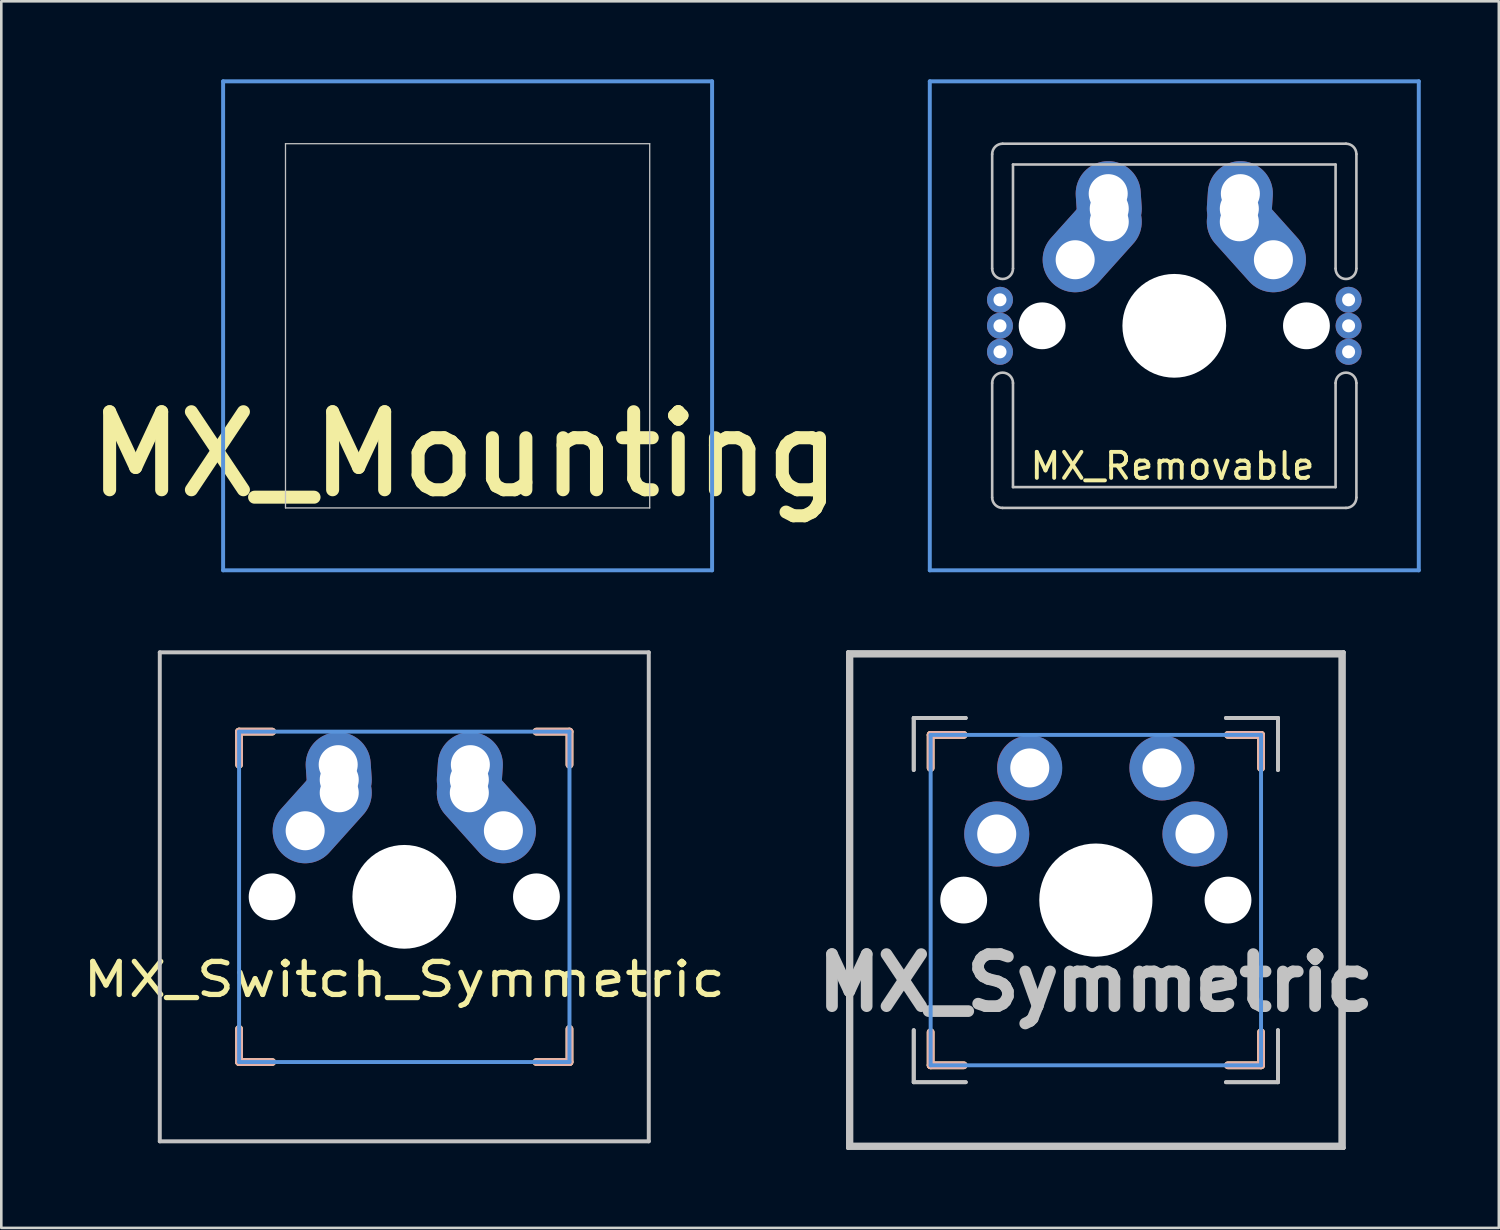
<source format=kicad_pcb>
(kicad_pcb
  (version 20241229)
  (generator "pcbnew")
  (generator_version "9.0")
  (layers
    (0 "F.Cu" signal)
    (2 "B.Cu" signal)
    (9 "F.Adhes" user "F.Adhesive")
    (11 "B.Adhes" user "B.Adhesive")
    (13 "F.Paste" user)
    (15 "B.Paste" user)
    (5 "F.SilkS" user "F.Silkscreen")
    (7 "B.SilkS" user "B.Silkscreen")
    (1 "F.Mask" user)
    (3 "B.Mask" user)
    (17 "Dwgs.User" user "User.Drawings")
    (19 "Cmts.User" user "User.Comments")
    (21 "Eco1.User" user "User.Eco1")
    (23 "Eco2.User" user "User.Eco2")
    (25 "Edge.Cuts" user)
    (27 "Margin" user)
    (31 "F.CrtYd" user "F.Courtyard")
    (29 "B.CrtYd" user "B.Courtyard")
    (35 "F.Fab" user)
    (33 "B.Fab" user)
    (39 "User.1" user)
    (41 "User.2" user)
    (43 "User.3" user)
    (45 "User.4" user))
  (footprint "MX_Switch_Symmetric"
    (layer "F.Cu")
    (at 12.49 31.423)
    (property "Reference" "MX_Switch_Symmetric" (at 0 3.175 0) (layer "F.SilkS") (effects (font (size 1.27 1.524) (thickness 0.203))))
    (attr through_hole)
    (fp_line (start -6.35 -6.35) (end -5.08 -6.35) (stroke (width 0.3) (type solid)) (layer "F.SilkS"))
    (fp_line (start -6.35 -5.08) (end -6.35 -6.35) (stroke (width 0.3) (type solid)) (layer "F.SilkS"))
    (fp_line (start -6.35 5.08) (end -6.35 6.35) (stroke (width 0.3) (type solid)) (layer "F.SilkS"))
    (fp_line (start -6.35 6.35) (end -5.08 6.35) (stroke (width 0.3) (type solid)) (layer "F.SilkS"))
    (fp_line (start 5.08 -6.35) (end 6.35 -6.35) (stroke (width 0.3) (type solid)) (layer "F.SilkS"))
    (fp_line (start 6.35 -6.35) (end 6.35 -5.08) (stroke (width 0.3) (type solid)) (layer "F.SilkS"))
    (fp_line (start 6.35 5.08) (end 6.35 6.35) (stroke (width 0.3) (type solid)) (layer "F.SilkS"))
    (fp_line (start 6.35 6.35) (end 5.08 6.35) (stroke (width 0.3) (type solid)) (layer "F.SilkS"))
    (fp_line (start -6.35 -6.35) (end -5.08 -6.35) (stroke (width 0.3) (type solid)) (layer "B.SilkS"))
    (fp_line (start -6.35 -5.08) (end -6.35 -6.35) (stroke (width 0.3) (type solid)) (layer "B.SilkS"))
    (fp_line (start -6.35 5.08) (end -6.35 6.35) (stroke (width 0.3) (type solid)) (layer "B.SilkS"))
    (fp_line (start -6.35 6.35) (end -5.08 6.35) (stroke (width 0.3) (type solid)) (layer "B.SilkS"))
    (fp_line (start 5.08 6.35) (end 6.35 6.35) (stroke (width 0.3) (type solid)) (layer "B.SilkS"))
    (fp_line (start 6.35 -6.35) (end 5.08 -6.35) (stroke (width 0.3) (type solid)) (layer "B.SilkS"))
    (fp_line (start 6.35 -5.08) (end 6.35 -6.35) (stroke (width 0.3) (type solid)) (layer "B.SilkS"))
    (fp_line (start 6.35 6.35) (end 6.35 5.08) (stroke (width 0.3) (type solid)) (layer "B.SilkS"))
    (fp_line (start -9.398 -9.398) (end 9.398 -9.398) (stroke (width 0.152) (type solid)) (layer "Dwgs.User"))
    (fp_line (start -9.398 9.398) (end -9.398 -9.398) (stroke (width 0.152) (type solid)) (layer "Dwgs.User"))
    (fp_line (start 9.398 -9.398) (end 9.398 9.398) (stroke (width 0.152) (type solid)) (layer "Dwgs.User"))
    (fp_line (start 9.398 9.398) (end -9.398 9.398) (stroke (width 0.152) (type solid)) (layer "Dwgs.User"))
    (fp_line (start -6.35 -6.35) (end 6.35 -6.35) (stroke (width 0.152) (type solid)) (layer "Cmts.User"))
    (fp_line (start -6.35 6.35) (end -6.35 -6.35) (stroke (width 0.152) (type solid)) (layer "Cmts.User"))
    (fp_line (start 6.35 -6.35) (end 6.35 6.35) (stroke (width 0.152) (type solid)) (layer "Cmts.User"))
    (fp_line (start 6.35 6.35) (end -6.35 6.35) (stroke (width 0.152) (type solid)) (layer "Cmts.User"))
    (fp_line (start -6.985 -6.985) (end 6.985 -6.985) (stroke (width 0.152) (type solid)) (layer "Eco2.User"))
    (fp_line (start -6.985 6.985) (end -6.985 -6.985) (stroke (width 0.152) (type solid)) (layer "Eco2.User"))
    (fp_line (start 6.985 -6.985) (end 6.985 6.985) (stroke (width 0.152) (type solid)) (layer "Eco2.User"))
    (fp_line (start 6.985 6.985) (end -6.985 6.985) (stroke (width 0.152) (type solid)) (layer "Eco2.User"))
    (pad "" np_thru_hole circle (at -5.08 0) (size 1.8 1.8) (drill 1.8) (layers "*.Cu"))
    (pad "" np_thru_hole circle (at 0 0) (size 3.988 3.988) (drill 3.988) (layers "*.Cu"))
    (pad "" np_thru_hole circle (at 5.08 0) (size 1.8 1.8) (drill 1.8) (layers "*.Cu"))
    (pad "1" thru_hole circle (at -3.81 -2.54 330.95) (size 2 2) (drill 1.5) (layers "*.Cu" "*.Mask"))
    (pad "1" smd oval (at -3.155 -3.27 138.1) (size 2.5 4.462) (layers "F.Cu" "F.Mask" "F.Paste"))
    (pad "1" smd oval (at -3.155 -3.27 138.1) (size 2.5 4.462) (layers "B.Cu" "B.Mask" "B.Paste"))
    (pad "1" thru_hole circle (at -2.54 -5.08 330.95) (size 2 2) (drill 1.5) (layers "*.Cu" "*.Mask"))
    (pad "1" smd oval (at -2.52 -4.79 3.945) (size 2.5 3.081) (layers "F.Cu" "F.Mask" "F.Paste"))
    (pad "1" smd oval (at -2.52 -4.79 3.945) (size 2.5 3.081) (layers "B.Cu" "B.Mask" "B.Paste"))
    (pad "1" thru_hole circle (at -2.5 -4.5 330.95) (size 2 2) (drill 1.5) (layers "*.Cu" "*.Mask"))
    (pad "1" thru_hole circle (at -2.5 -4 330.95) (size 2 2) (drill 1.5) (layers "*.Cu" "*.Mask"))
    (pad "2" thru_hole circle (at 2.5 -4.5 330.95) (size 2 2) (drill 1.5) (layers "*.Cu" "*.Mask"))
    (pad "2" thru_hole circle (at 2.5 -4) (size 2 2) (drill 1.5) (layers "*.Cu" "*.Mask"))
    (pad "2" smd oval (at 2.52 -4.79 356.055) (size 2.5 3.081) (layers "F.Cu" "F.Mask" "F.Paste"))
    (pad "2" smd oval (at 2.52 -4.79 356.055) (size 2.5 3.081) (layers "B.Cu" "B.Mask" "B.Paste"))
    (pad "2" thru_hole circle (at 2.54 -5.08 330.95) (size 2 2) (drill 1.5) (layers "*.Cu" "*.Mask"))
    (pad "2" smd oval (at 3.155 -3.27 221.9) (size 2.5 4.462) (layers "F.Cu" "F.Mask" "F.Paste"))
    (pad "2" smd oval (at 3.155 -3.27 221.9) (size 2.5 4.462) (layers "B.Cu" "B.Mask" "B.Paste"))
    (pad "2" thru_hole circle (at 3.81 -2.54 330.95) (size 2 2) (drill 1.5) (layers "*.Cu" "*.Mask")))
  (footprint "MX_Symmetric"
    (layer "F.Cu")
    (at 39.073 31.548)
    (property "Reference" "MX_Symmetric" (at 0 3.175 0) (layer "Dwgs.User") (effects (font (size 2 2) (thickness 0.45))))
    (attr through_hole)
    (fp_line (start -6.35 -6.35) (end -5.08 -6.35) (stroke (width 0.3) (type solid)) (layer "F.SilkS"))
    (fp_line (start -6.35 -5.08) (end -6.35 -6.35) (stroke (width 0.3) (type solid)) (layer "F.SilkS"))
    (fp_line (start -6.35 5.08) (end -6.35 6.35) (stroke (width 0.3) (type solid)) (layer "F.SilkS"))
    (fp_line (start -6.35 6.35) (end -5.08 6.35) (stroke (width 0.3) (type solid)) (layer "F.SilkS"))
    (fp_line (start 5.08 -6.35) (end 6.35 -6.35) (stroke (width 0.3) (type solid)) (layer "F.SilkS"))
    (fp_line (start 6.35 -6.35) (end 6.35 -5.08) (stroke (width 0.3) (type solid)) (layer "F.SilkS"))
    (fp_line (start 6.35 5.08) (end 6.35 6.35) (stroke (width 0.3) (type solid)) (layer "F.SilkS"))
    (fp_line (start 6.35 6.35) (end 5.08 6.35) (stroke (width 0.3) (type solid)) (layer "F.SilkS"))
    (fp_line (start -6.35 -6.35) (end -5.08 -6.35) (stroke (width 0.3) (type solid)) (layer "B.SilkS"))
    (fp_line (start -6.35 -5.08) (end -6.35 -6.35) (stroke (width 0.3) (type solid)) (layer "B.SilkS"))
    (fp_line (start -6.35 5.08) (end -6.35 6.35) (stroke (width 0.3) (type solid)) (layer "B.SilkS"))
    (fp_line (start -6.35 6.35) (end -5.08 6.35) (stroke (width 0.3) (type solid)) (layer "B.SilkS"))
    (fp_line (start 5.08 6.35) (end 6.35 6.35) (stroke (width 0.3) (type solid)) (layer "B.SilkS"))
    (fp_line (start 6.35 -6.35) (end 5.08 -6.35) (stroke (width 0.3) (type solid)) (layer "B.SilkS"))
    (fp_line (start 6.35 -5.08) (end 6.35 -6.35) (stroke (width 0.3) (type solid)) (layer "B.SilkS"))
    (fp_line (start 6.35 6.35) (end 6.35 5.08) (stroke (width 0.3) (type solid)) (layer "B.SilkS"))
    (fp_line (start -9.525 -9.525) (end 9.525 -9.525) (stroke (width 0.15) (type solid)) (layer "Dwgs.User"))
    (fp_line (start -9.525 -9.525) (end 9.525 -9.525) (stroke (width 0.15) (type solid)) (layer "Dwgs.User"))
    (fp_line (start -9.525 9.525) (end -9.525 -9.525) (stroke (width 0.15) (type solid)) (layer "Dwgs.User"))
    (fp_line (start -9.525 9.525) (end -9.525 -9.525) (stroke (width 0.15) (type solid)) (layer "Dwgs.User"))
    (fp_line (start -9.398 -9.398) (end 9.398 -9.398) (stroke (width 0.152) (type solid)) (layer "Dwgs.User"))
    (fp_line (start -9.398 9.398) (end -9.398 -9.398) (stroke (width 0.152) (type solid)) (layer "Dwgs.User"))
    (fp_line (start -7 -7) (end -7 -5) (stroke (width 0.15) (type solid)) (layer "Dwgs.User"))
    (fp_line (start -7 -7) (end -7 -5) (stroke (width 0.15) (type solid)) (layer "Dwgs.User"))
    (fp_line (start -7 5) (end -7 7) (stroke (width 0.15) (type solid)) (layer "Dwgs.User"))
    (fp_line (start -7 7) (end -7 5) (stroke (width 0.15) (type solid)) (layer "Dwgs.User"))
    (fp_line (start -7 7) (end -5 7) (stroke (width 0.15) (type solid)) (layer "Dwgs.User"))
    (fp_line (start -5 -7) (end -7 -7) (stroke (width 0.15) (type solid)) (layer "Dwgs.User"))
    (fp_line (start -5 -7) (end -7 -7) (stroke (width 0.15) (type solid)) (layer "Dwgs.User"))
    (fp_line (start -5 7) (end -7 7) (stroke (width 0.15) (type solid)) (layer "Dwgs.User"))
    (fp_line (start 5 -7) (end 7 -7) (stroke (width 0.15) (type solid)) (layer "Dwgs.User"))
    (fp_line (start 5 7) (end 7 7) (stroke (width 0.15) (type solid)) (layer "Dwgs.User"))
    (fp_line (start 5 7) (end 7 7) (stroke (width 0.15) (type solid)) (layer "Dwgs.User"))
    (fp_line (start 7 -7) (end 5 -7) (stroke (width 0.15) (type solid)) (layer "Dwgs.User"))
    (fp_line (start 7 -7) (end 7 -5) (stroke (width 0.15) (type solid)) (layer "Dwgs.User"))
    (fp_line (start 7 -5) (end 7 -7) (stroke (width 0.15) (type solid)) (layer "Dwgs.User"))
    (fp_line (start 7 7) (end 7 5) (stroke (width 0.15) (type solid)) (layer "Dwgs.User"))
    (fp_line (start 7 7) (end 7 5) (stroke (width 0.15) (type solid)) (layer "Dwgs.User"))
    (fp_line (start 9.398 -9.398) (end 9.398 9.398) (stroke (width 0.152) (type solid)) (layer "Dwgs.User"))
    (fp_line (start 9.398 9.398) (end -9.398 9.398) (stroke (width 0.152) (type solid)) (layer "Dwgs.User"))
    (fp_line (start 9.525 -9.525) (end 9.525 9.525) (stroke (width 0.15) (type solid)) (layer "Dwgs.User"))
    (fp_line (start 9.525 -9.525) (end 9.525 9.525) (stroke (width 0.15) (type solid)) (layer "Dwgs.User"))
    (fp_line (start 9.525 9.525) (end -9.525 9.525) (stroke (width 0.15) (type solid)) (layer "Dwgs.User"))
    (fp_line (start 9.525 9.525) (end -9.525 9.525) (stroke (width 0.15) (type solid)) (layer "Dwgs.User"))
    (fp_line (start -6.35 -6.35) (end 6.35 -6.35) (stroke (width 0.152) (type solid)) (layer "Cmts.User"))
    (fp_line (start -6.35 6.35) (end -6.35 -6.35) (stroke (width 0.152) (type solid)) (layer "Cmts.User"))
    (fp_line (start 6.35 -6.35) (end 6.35 6.35) (stroke (width 0.152) (type solid)) (layer "Cmts.User"))
    (fp_line (start 6.35 6.35) (end -6.35 6.35) (stroke (width 0.152) (type solid)) (layer "Cmts.User"))
    (fp_line (start -6.985 -6.985) (end 6.985 -6.985) (stroke (width 0.152) (type solid)) (layer "Eco2.User"))
    (fp_line (start -6.985 6.985) (end -6.985 -6.985) (stroke (width 0.152) (type solid)) (layer "Eco2.User"))
    (fp_line (start 6.985 -6.985) (end 6.985 6.985) (stroke (width 0.152) (type solid)) (layer "Eco2.User"))
    (fp_line (start 6.985 6.985) (end -6.985 6.985) (stroke (width 0.152) (type solid)) (layer "Eco2.User"))
    (pad "" np_thru_hole circle (at -5.08 0) (size 1.8 1.8) (drill 1.8) (layers "*.Cu" "*.Mask"))
    (pad "" np_thru_hole circle (at 0 0 180) (size 4.35 4.35) (drill 4.35) (layers "*.Cu" "*.Mask"))
    (pad "" np_thru_hole circle (at 5.08 0) (size 1.8 1.8) (drill 1.8) (layers "*.Cu" "*.Mask"))
    (pad "1" thru_hole circle (at -3.81 -2.54 330.95) (size 2 2) (drill 1.5) (layers "*.Cu" "*.Mask"))
    (pad "1" smd circle (at -3.81 -2.54 138.1) (size 2.5 2.5) (layers "F.Cu"))
    (pad "1" smd circle (at -3.81 -2.54 138.1) (size 2.5 2.5) (layers "B.Cu"))
    (pad "1" smd circle (at -2.55 -5.08 3.9) (size 2.5 2.5) (layers "F.Cu"))
    (pad "1" thru_hole circle (at -2.54 -5.08 330.95) (size 2 2) (drill 1.5) (layers "*.Cu" "*.Mask"))
    (pad "1" smd circle (at -2.54 -5.08 3.9) (size 2.5 2.5) (layers "B.Cu"))
    (pad "2" thru_hole circle (at 2.54 -5.08 331) (size 2 2) (drill 1.5) (layers "*.Cu" "*.Mask"))
    (pad "2" smd circle (at 2.54 -5.08 356.1) (size 2.5 2.5) (layers "F.Cu"))
    (pad "2" smd circle (at 2.54 -5.08 356.1) (size 2.5 2.5) (layers "B.Cu"))
    (pad "2" thru_hole circle (at 3.81 -2.54 331) (size 2 2) (drill 1.5) (layers "*.Cu" "*.Mask"))
    (pad "2" smd circle (at 3.81 -2.54 221.9) (size 2.5 2.5) (layers "F.Cu"))
    (pad "2" smd circle (at 3.81 -2.54 221.9) (size 2.5 2.5) (layers "B.Cu")))
  (footprint "MX_Removable"
    (layer "F.Cu")
    (at 35.888 7.274)
    (property "Reference" "MX_Removable" (at 6.13 7.59 0) (layer "F.SilkS") (effects (font (size 1 1) (thickness 0.15))))
    (attr through_hole)
    (fp_line (start -0.8 8.8) (end -0.8 4.4) (stroke (width 0.1) (type solid)) (layer "Dwgs.User"))
    (fp_line (start -0.8 -4.4) (end -0.8 0) (stroke (width 0.1) (type solid)) (layer "Dwgs.User"))
    (fp_line (start -0.4 -4.8) (end 12.8 -4.8) (stroke (width 0.1) (type solid)) (layer "Dwgs.User"))
    (fp_line (start -0.000248 4.4) (end -0.000248 8.4) (stroke (width 0.1) (type solid)) (layer "Dwgs.User"))
    (fp_line (start -0.000248 8.4) (end 12.4 8.4) (stroke (width 0.1) (type solid)) (layer "Dwgs.User"))
    (fp_line (start 0 0) (end 0 -4) (stroke (width 0.1) (type solid)) (layer "Dwgs.User"))
    (fp_line (start 12.4 -4) (end -0.000248 -4) (stroke (width 0.1) (type solid)) (layer "Dwgs.User"))
    (fp_line (start 12.4 0) (end 12.4 -4) (stroke (width 0.1) (type solid)) (layer "Dwgs.User"))
    (fp_line (start 12.4 4.4) (end 12.4 8.4) (stroke (width 0.1) (type solid)) (layer "Dwgs.User"))
    (fp_line (start 12.8 9.2) (end -0.4 9.2) (stroke (width 0.1) (type solid)) (layer "Dwgs.User"))
    (fp_line (start 13.2 -4.4) (end 13.2 0) (stroke (width 0.1) (type solid)) (layer "Dwgs.User"))
    (fp_line (start 13.2 8.8) (end 13.2 4.4) (stroke (width 0.1) (type solid)) (layer "Dwgs.User"))
    (fp_arc (start -0.800496 4.4) (mid -0.400372 3.999876) (end -0.000248 4.4) (stroke (width 0.1) (type solid)) (layer "Dwgs.User"))
    (fp_arc (start -0.800248 -4.4) (mid -0.683091 -4.682843) (end -0.400248 -4.8) (stroke (width 0.1) (type solid)) (layer "Dwgs.User"))
    (fp_arc (start -0.400496 9.2) (mid -0.683339 9.082843) (end -0.800496 8.8) (stroke (width 0.1) (type solid)) (layer "Dwgs.User"))
    (fp_arc (start 0 0) (mid -0.400124 0.400124) (end -0.800248 0) (stroke (width 0.1) (type solid)) (layer "Dwgs.User"))
    (fp_arc (start 12.399504 4.4) (mid 12.799628 3.999876) (end 13.199752 4.4) (stroke (width 0.1) (type solid)) (layer "Dwgs.User"))
    (fp_arc (start 12.799752 -4.8) (mid 13.082595 -4.682843) (end 13.199752 -4.4) (stroke (width 0.1) (type solid)) (layer "Dwgs.User"))
    (fp_arc (start 13.199752 0) (mid 12.799628 0.400124) (end 12.399504 0) (stroke (width 0.1) (type solid)) (layer "Dwgs.User"))
    (fp_arc (start 13.199752 8.8) (mid 13.082595 9.082843) (end 12.799752 9.2) (stroke (width 0.1) (type solid)) (layer "Dwgs.User"))
    (fp_line (start -3.198 -7.198) (end 15.598 -7.198) (stroke (width 0.152) (type solid)) (layer "Cmts.User"))
    (fp_line (start -3.198 11.598) (end -3.198 -7.198) (stroke (width 0.152) (type solid)) (layer "Cmts.User"))
    (fp_line (start 15.598 -7.198) (end 15.598 11.598) (stroke (width 0.152) (type solid)) (layer "Cmts.User"))
    (fp_line (start 15.598 11.598) (end -3.198 11.598) (stroke (width 0.152) (type solid)) (layer "Cmts.User"))
    (pad "" np_thru_hole circle (at 1.12 2.2) (size 1.8 1.8) (drill 1.8) (layers "*.Cu"))
    (pad "" np_thru_hole circle (at 6.2 2.2) (size 3.988 3.988) (drill 3.988) (layers "*.Cu"))
    (pad "" np_thru_hole circle (at 11.28 2.2) (size 1.8 1.8) (drill 1.8) (layers "*.Cu"))
    (pad "1" thru_hole circle (at -0.5 1.2 90) (size 1 1) (drill 0.5) (layers "*.Cu" "*.Paste" "*.Mask"))
    (pad "1" thru_hole circle (at -0.5 2.2 90) (size 1 1) (drill 0.5) (layers "*.Cu" "*.Paste" "*.Mask"))
    (pad "1" thru_hole circle (at -0.5 3.2 90) (size 1 1) (drill 0.5) (layers "*.Cu" "*.Paste" "*.Mask"))
    (pad "1" thru_hole circle (at 2.39 -0.34 330.95) (size 2 2) (drill 1.5) (layers "*.Cu" "*.Mask"))
    (pad "1" smd oval (at 3.045 -1.07 138.1) (size 2.5 4.462) (layers "F.Cu" "F.Mask" "F.Paste"))
    (pad "1" smd oval (at 3.045 -1.07 138.1) (size 2.5 4.462) (layers "B.Cu" "B.Mask" "B.Paste"))
    (pad "1" thru_hole circle (at 3.66 -2.88 331) (size 2 2) (drill 1.5) (layers "*.Cu" "*.Mask"))
    (pad "1" smd oval (at 3.68 -2.59 3.945) (size 2.5 3.081) (layers "F.Cu" "F.Mask" "F.Paste"))
    (pad "1" smd oval (at 3.68 -2.59 3.945) (size 2.5 3.081) (layers "B.Cu" "B.Mask" "B.Paste"))
    (pad "1" thru_hole circle (at 3.7 -2.3 330.95) (size 2 2) (drill 1.5) (layers "*.Cu" "*.Mask"))
    (pad "1" thru_hole circle (at 3.7 -1.8 330.95) (size 2 2) (drill 1.5) (layers "*.Cu" "*.Mask"))
    (pad "1" thru_hole circle (at 12.9 1.2 90) (size 1 1) (drill 0.5) (layers "*.Cu" "*.Paste" "*.Mask"))
    (pad "1" thru_hole circle (at 12.9 2.2 90) (size 1 1) (drill 0.5) (layers "*.Cu" "*.Paste" "*.Mask"))
    (pad "1" thru_hole circle (at 12.9 3.2 90) (size 1 1) (drill 0.5) (layers "*.Cu" "*.Paste" "*.Mask"))
    (pad "2" thru_hole circle (at 8.7 -2.3 330.95) (size 2 2) (drill 1.5) (layers "*.Cu" "*.Mask"))
    (pad "2" thru_hole circle (at 8.7 -1.8) (size 2 2) (drill 1.5) (layers "*.Cu" "*.Mask"))
    (pad "2" smd oval (at 8.72 -2.59 356.055) (size 2.5 3.081) (layers "F.Cu" "F.Mask" "F.Paste"))
    (pad "2" smd oval (at 8.72 -2.59 356.055) (size 2.5 3.081) (layers "B.Cu" "B.Mask" "B.Paste"))
    (pad "2" thru_hole circle (at 8.74 -2.88 330.95) (size 2 2) (drill 1.5) (layers "*.Cu" "*.Mask"))
    (pad "2" smd oval (at 9.355 -1.07 221.9) (size 2.5 4.462) (layers "F.Cu" "F.Mask" "F.Paste"))
    (pad "2" smd oval (at 9.355 -1.07 221.9) (size 2.5 4.462) (layers "B.Cu" "B.Mask" "B.Paste"))
    (pad "2" thru_hole circle (at 10.01 -0.34 330.95) (size 2 2) (drill 1.5) (layers "*.Cu" "*.Mask")))
  (footprint "MX_Mounting"
    (layer "F.Cu")
    (at 14.924 9.474)
    (property "Reference" "MX_Mounting" (at -0.117 4.94 0) (layer "F.SilkS") (effects (font (size 3 3) (thickness 0.5))))
    (attr through_hole)
    (fp_line (start -7 -7) (end 7 -7) (stroke (width 0.05) (type solid)) (layer "Dwgs.User"))
    (fp_line (start -7 7) (end -7 -7) (stroke (width 0.05) (type solid)) (layer "Dwgs.User"))
    (fp_line (start 7 7) (end -7 7) (stroke (width 0.05) (type solid)) (layer "Dwgs.User"))
    (fp_line (start 7 7) (end 7 -7) (stroke (width 0.05) (type solid)) (layer "Dwgs.User"))
    (fp_line (start -9.398 -9.398) (end 9.398 -9.398) (stroke (width 0.152) (type solid)) (layer "Cmts.User"))
    (fp_line (start -9.398 9.398) (end -9.398 -9.398) (stroke (width 0.152) (type solid)) (layer "Cmts.User"))
    (fp_line (start 9.398 -9.398) (end 9.398 9.398) (stroke (width 0.152) (type solid)) (layer "Cmts.User"))
    (fp_line (start 9.398 9.398) (end -9.398 9.398) (stroke (width 0.152) (type solid)) (layer "Cmts.User")))
  (gr_rect
    (start -3 -3)
    (end 54.563 44.148)
    (stroke (width 0.1) (type default))
    (fill no)
    (layer "Edge.Cuts")))
</source>
